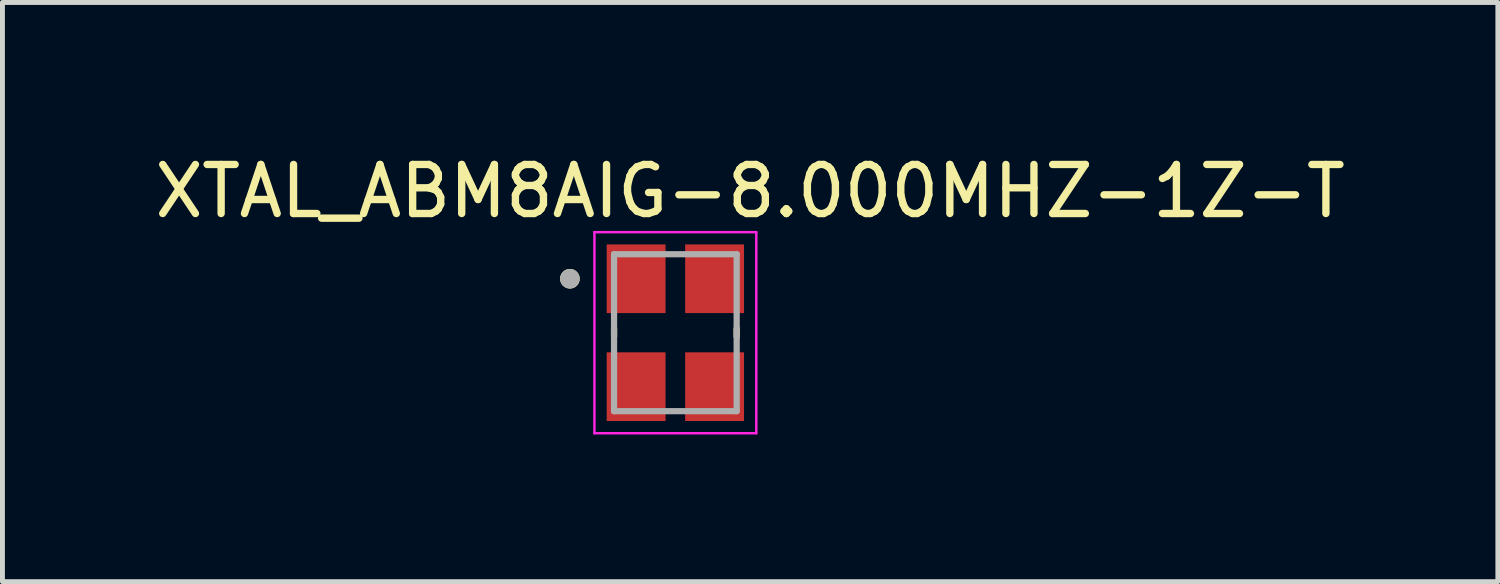
<source format=kicad_pcb>
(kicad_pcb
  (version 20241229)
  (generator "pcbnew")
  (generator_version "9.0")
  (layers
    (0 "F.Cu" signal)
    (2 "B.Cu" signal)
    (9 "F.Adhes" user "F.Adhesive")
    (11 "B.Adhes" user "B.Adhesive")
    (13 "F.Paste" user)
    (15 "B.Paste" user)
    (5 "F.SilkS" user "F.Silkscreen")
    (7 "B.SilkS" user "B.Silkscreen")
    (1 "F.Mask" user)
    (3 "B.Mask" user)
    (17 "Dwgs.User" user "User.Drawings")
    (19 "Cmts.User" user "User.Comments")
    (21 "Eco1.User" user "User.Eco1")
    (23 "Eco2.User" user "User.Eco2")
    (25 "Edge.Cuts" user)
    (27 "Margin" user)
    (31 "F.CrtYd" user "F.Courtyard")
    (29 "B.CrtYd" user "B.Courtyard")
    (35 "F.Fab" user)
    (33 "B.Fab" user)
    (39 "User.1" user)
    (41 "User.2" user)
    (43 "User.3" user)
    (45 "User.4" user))
  (footprint "XTAL_ABM8AIG-8.000MHZ-1Z-T"
    (layer "F.Cu")
    (at 10.719 3.733)
    (property "Reference" "XTAL_ABM8AIG-8.000MHZ-1Z-T" (at 1.525 -2.885 0) (layer "F.SilkS") (effects (font (size 1 1) (thickness 0.15))))
    (attr smd)
    (fp_line (start -1.25 -0.08) (end -1.25 0.08) (stroke (width 0.127) (type solid)) (layer "F.SilkS"))
    (fp_line (start 1.25 -0.08) (end 1.25 0.08) (stroke (width 0.127) (type solid)) (layer "F.SilkS"))
    (fp_circle (center -2.15 -1.1) (end -2.05 -1.1) (stroke (width 0.2) (type solid)) (fill no) (layer "F.SilkS"))
    (fp_line (start -1.65 -2.05) (end -1.65 2.05) (stroke (width 0.05) (type solid)) (layer "F.CrtYd"))
    (fp_line (start -1.65 -2.05) (end 1.65 -2.05) (stroke (width 0.05) (type solid)) (layer "F.CrtYd"))
    (fp_line (start 1.65 -2.05) (end 1.65 2.05) (stroke (width 0.05) (type solid)) (layer "F.CrtYd"))
    (fp_line (start 1.65 2.05) (end -1.65 2.05) (stroke (width 0.05) (type solid)) (layer "F.CrtYd"))
    (fp_line (start -1.25 -1.6) (end -1.25 1.6) (stroke (width 0.127) (type solid)) (layer "F.Fab"))
    (fp_line (start -1.25 -1.6) (end 1.25 -1.6) (stroke (width 0.127) (type solid)) (layer "F.Fab"))
    (fp_line (start 1.25 -1.6) (end 1.25 1.6) (stroke (width 0.127) (type solid)) (layer "F.Fab"))
    (fp_line (start 1.25 1.6) (end -1.25 1.6) (stroke (width 0.127) (type solid)) (layer "F.Fab"))
    (fp_circle (center -2.15 -1.1) (end -2.05 -1.1) (stroke (width 0.2) (type solid)) (fill no) (layer "F.Fab"))
    (pad "1" smd rect (at -0.8 -1.1) (size 1.2 1.4) (layers "F.Cu" "F.Mask" "F.Paste"))
    (pad "2" smd rect (at -0.8 1.1) (size 1.2 1.4) (layers "F.Cu" "F.Mask" "F.Paste"))
    (pad "3" smd rect (at 0.8 1.1) (size 1.2 1.4) (layers "F.Cu" "F.Mask" "F.Paste"))
    (pad "4" smd rect (at 0.8 -1.1) (size 1.2 1.4) (layers "F.Cu" "F.Mask" "F.Paste")))
  (gr_rect
    (start -3 -3)
    (end 27.488 8.808)
    (stroke (width 0.1) (type default))
    (fill no)
    (layer "Edge.Cuts")))
</source>
